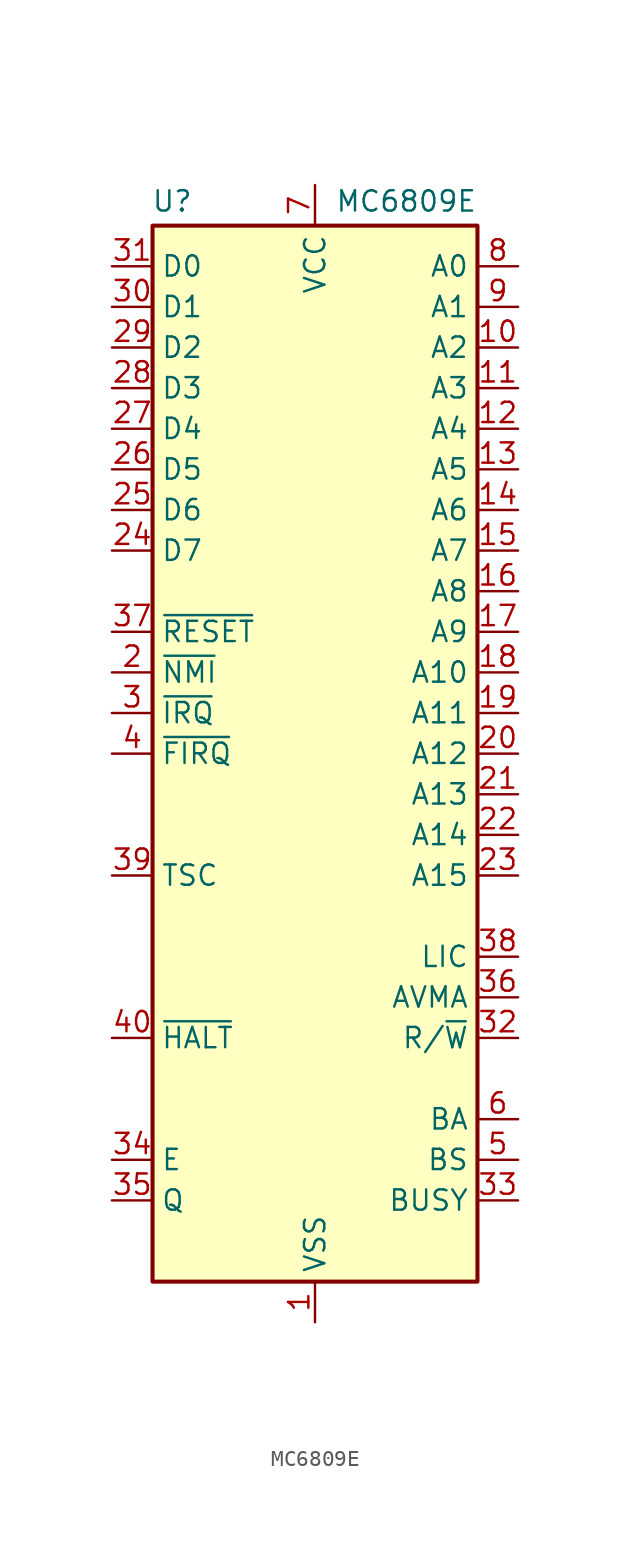
<source format=kicad_sym>
(kicad_symbol_lib
  (version 20211014)
  (generator kicad_symbol_editor)
  (symbol "MC6809E"
    (property "Reference" "U"
      (at -7.62 34.544 0)
      (effects (font (size 1.27 1.27)) (justify right)))
    (property "Value" "MC6809E"
      (at 10.16 34.544 0)
      (effects (font (size 1.27 1.27)) (justify right)))
    (symbol "MC6809E_0_1"
      (rectangle (start -10.16 -33.02) (end 10.16 33.02) (stroke (width 0.254) (type default) (color 0 0 0 0)) (fill (type background))))
    (symbol "MC6809E_1_1"
      (pin power_in line (at 0 -35.56 90) (length 2.54) (name "VSS" (effects (font (size 1.27 1.27)))) (number "1" (effects (font (size 1.27 1.27)))))
      (pin tri_state line (at 12.7 25.4 180) (length 2.54) (name "A2" (effects (font (size 1.27 1.27)))) (number "10" (effects (font (size 1.27 1.27)))))
      (pin tri_state line (at 12.7 22.86 180) (length 2.54) (name "A3" (effects (font (size 1.27 1.27)))) (number "11" (effects (font (size 1.27 1.27)))))
      (pin tri_state line (at 12.7 20.32 180) (length 2.54) (name "A4" (effects (font (size 1.27 1.27)))) (number "12" (effects (font (size 1.27 1.27)))))
      (pin tri_state line (at 12.7 17.78 180) (length 2.54) (name "A5" (effects (font (size 1.27 1.27)))) (number "13" (effects (font (size 1.27 1.27)))))
      (pin tri_state line (at 12.7 15.24 180) (length 2.54) (name "A6" (effects (font (size 1.27 1.27)))) (number "14" (effects (font (size 1.27 1.27)))))
      (pin tri_state line (at 12.7 12.7 180) (length 2.54) (name "A7" (effects (font (size 1.27 1.27)))) (number "15" (effects (font (size 1.27 1.27)))))
      (pin tri_state line (at 12.7 10.16 180) (length 2.54) (name "A8" (effects (font (size 1.27 1.27)))) (number "16" (effects (font (size 1.27 1.27)))))
      (pin tri_state line (at 12.7 7.62 180) (length 2.54) (name "A9" (effects (font (size 1.27 1.27)))) (number "17" (effects (font (size 1.27 1.27)))))
      (pin tri_state line (at 12.7 5.08 180) (length 2.54) (name "A10" (effects (font (size 1.27 1.27)))) (number "18" (effects (font (size 1.27 1.27)))))
      (pin tri_state line (at 12.7 2.54 180) (length 2.54) (name "A11" (effects (font (size 1.27 1.27)))) (number "19" (effects (font (size 1.27 1.27)))))
      (pin input line (at -12.7 5.08 0) (length 2.54) (name "~{NMI}" (effects (font (size 1.27 1.27)))) (number "2" (effects (font (size 1.27 1.27)))))
      (pin tri_state line (at 12.7 0 180) (length 2.54) (name "A12" (effects (font (size 1.27 1.27)))) (number "20" (effects (font (size 1.27 1.27)))))
      (pin tri_state line (at 12.7 -2.54 180) (length 2.54) (name "A13" (effects (font (size 1.27 1.27)))) (number "21" (effects (font (size 1.27 1.27)))))
      (pin tri_state line (at 12.7 -5.08 180) (length 2.54) (name "A14" (effects (font (size 1.27 1.27)))) (number "22" (effects (font (size 1.27 1.27)))))
      (pin tri_state line (at 12.7 -7.62 180) (length 2.54) (name "A15" (effects (font (size 1.27 1.27)))) (number "23" (effects (font (size 1.27 1.27)))))
      (pin bidirectional line (at -12.7 12.7 0) (length 2.54) (name "D7" (effects (font (size 1.27 1.27)))) (number "24" (effects (font (size 1.27 1.27)))))
      (pin bidirectional line (at -12.7 15.24 0) (length 2.54) (name "D6" (effects (font (size 1.27 1.27)))) (number "25" (effects (font (size 1.27 1.27)))))
      (pin bidirectional line (at -12.7 17.78 0) (length 2.54) (name "D5" (effects (font (size 1.27 1.27)))) (number "26" (effects (font (size 1.27 1.27)))))
      (pin bidirectional line (at -12.7 20.32 0) (length 2.54) (name "D4" (effects (font (size 1.27 1.27)))) (number "27" (effects (font (size 1.27 1.27)))))
      (pin bidirectional line (at -12.7 22.86 0) (length 2.54) (name "D3" (effects (font (size 1.27 1.27)))) (number "28" (effects (font (size 1.27 1.27)))))
      (pin bidirectional line (at -12.7 25.4 0) (length 2.54) (name "D2" (effects (font (size 1.27 1.27)))) (number "29" (effects (font (size 1.27 1.27)))))
      (pin input line (at -12.7 2.54 0) (length 2.54) (name "~{IRQ}" (effects (font (size 1.27 1.27)))) (number "3" (effects (font (size 1.27 1.27)))))
      (pin bidirectional line (at -12.7 27.94 0) (length 2.54) (name "D1" (effects (font (size 1.27 1.27)))) (number "30" (effects (font (size 1.27 1.27)))))
      (pin bidirectional line (at -12.7 30.48 0) (length 2.54) (name "D0" (effects (font (size 1.27 1.27)))) (number "31" (effects (font (size 1.27 1.27)))))
      (pin output line (at 12.7 -17.78 180) (length 2.54) (name "R/~{W}" (effects (font (size 1.27 1.27)))) (number "32" (effects (font (size 1.27 1.27)))))
      (pin output line (at 12.7 -27.94 180) (length 2.54) (name "BUSY" (effects (font (size 1.27 1.27)))) (number "33" (effects (font (size 1.27 1.27)))))
      (pin input line (at -12.7 -25.4 0) (length 2.54) (name "E" (effects (font (size 1.27 1.27)))) (number "34" (effects (font (size 1.27 1.27)))))
      (pin input line (at -12.7 -27.94 0) (length 2.54) (name "Q" (effects (font (size 1.27 1.27)))) (number "35" (effects (font (size 1.27 1.27)))))
      (pin output line (at 12.7 -15.24 180) (length 2.54) (name "AVMA" (effects (font (size 1.27 1.27)))) (number "36" (effects (font (size 1.27 1.27)))))
      (pin input line (at -12.7 7.62 0) (length 2.54) (name "~{RESET}" (effects (font (size 1.27 1.27)))) (number "37" (effects (font (size 1.27 1.27)))))
      (pin output line (at 12.7 -12.7 180) (length 2.54) (name "LIC" (effects (font (size 1.27 1.27)))) (number "38" (effects (font (size 1.27 1.27)))))
      (pin input line (at -12.7 -7.62 0) (length 2.54) (name "TSC" (effects (font (size 1.27 1.27)))) (number "39" (effects (font (size 1.27 1.27)))))
      (pin input line (at -12.7 0 0) (length 2.54) (name "~{FIRQ}" (effects (font (size 1.27 1.27)))) (number "4" (effects (font (size 1.27 1.27)))))
      (pin input line (at -12.7 -17.78 0) (length 2.54) (name "~{HALT}" (effects (font (size 1.27 1.27)))) (number "40" (effects (font (size 1.27 1.27)))))
      (pin output line (at 12.7 -25.4 180) (length 2.54) (name "BS" (effects (font (size 1.27 1.27)))) (number "5" (effects (font (size 1.27 1.27)))))
      (pin output line (at 12.7 -22.86 180) (length 2.54) (name "BA" (effects (font (size 1.27 1.27)))) (number "6" (effects (font (size 1.27 1.27)))))
      (pin power_in line (at 0 35.56 270) (length 2.54) (name "VCC" (effects (font (size 1.27 1.27)))) (number "7" (effects (font (size 1.27 1.27)))))
      (pin tri_state line (at 12.7 30.48 180) (length 2.54) (name "A0" (effects (font (size 1.27 1.27)))) (number "8" (effects (font (size 1.27 1.27)))))
      (pin tri_state line (at 12.7 27.94 180) (length 2.54) (name "A1" (effects (font (size 1.27 1.27)))) (number "9" (effects (font (size 1.27 1.27))))))))
</source>
